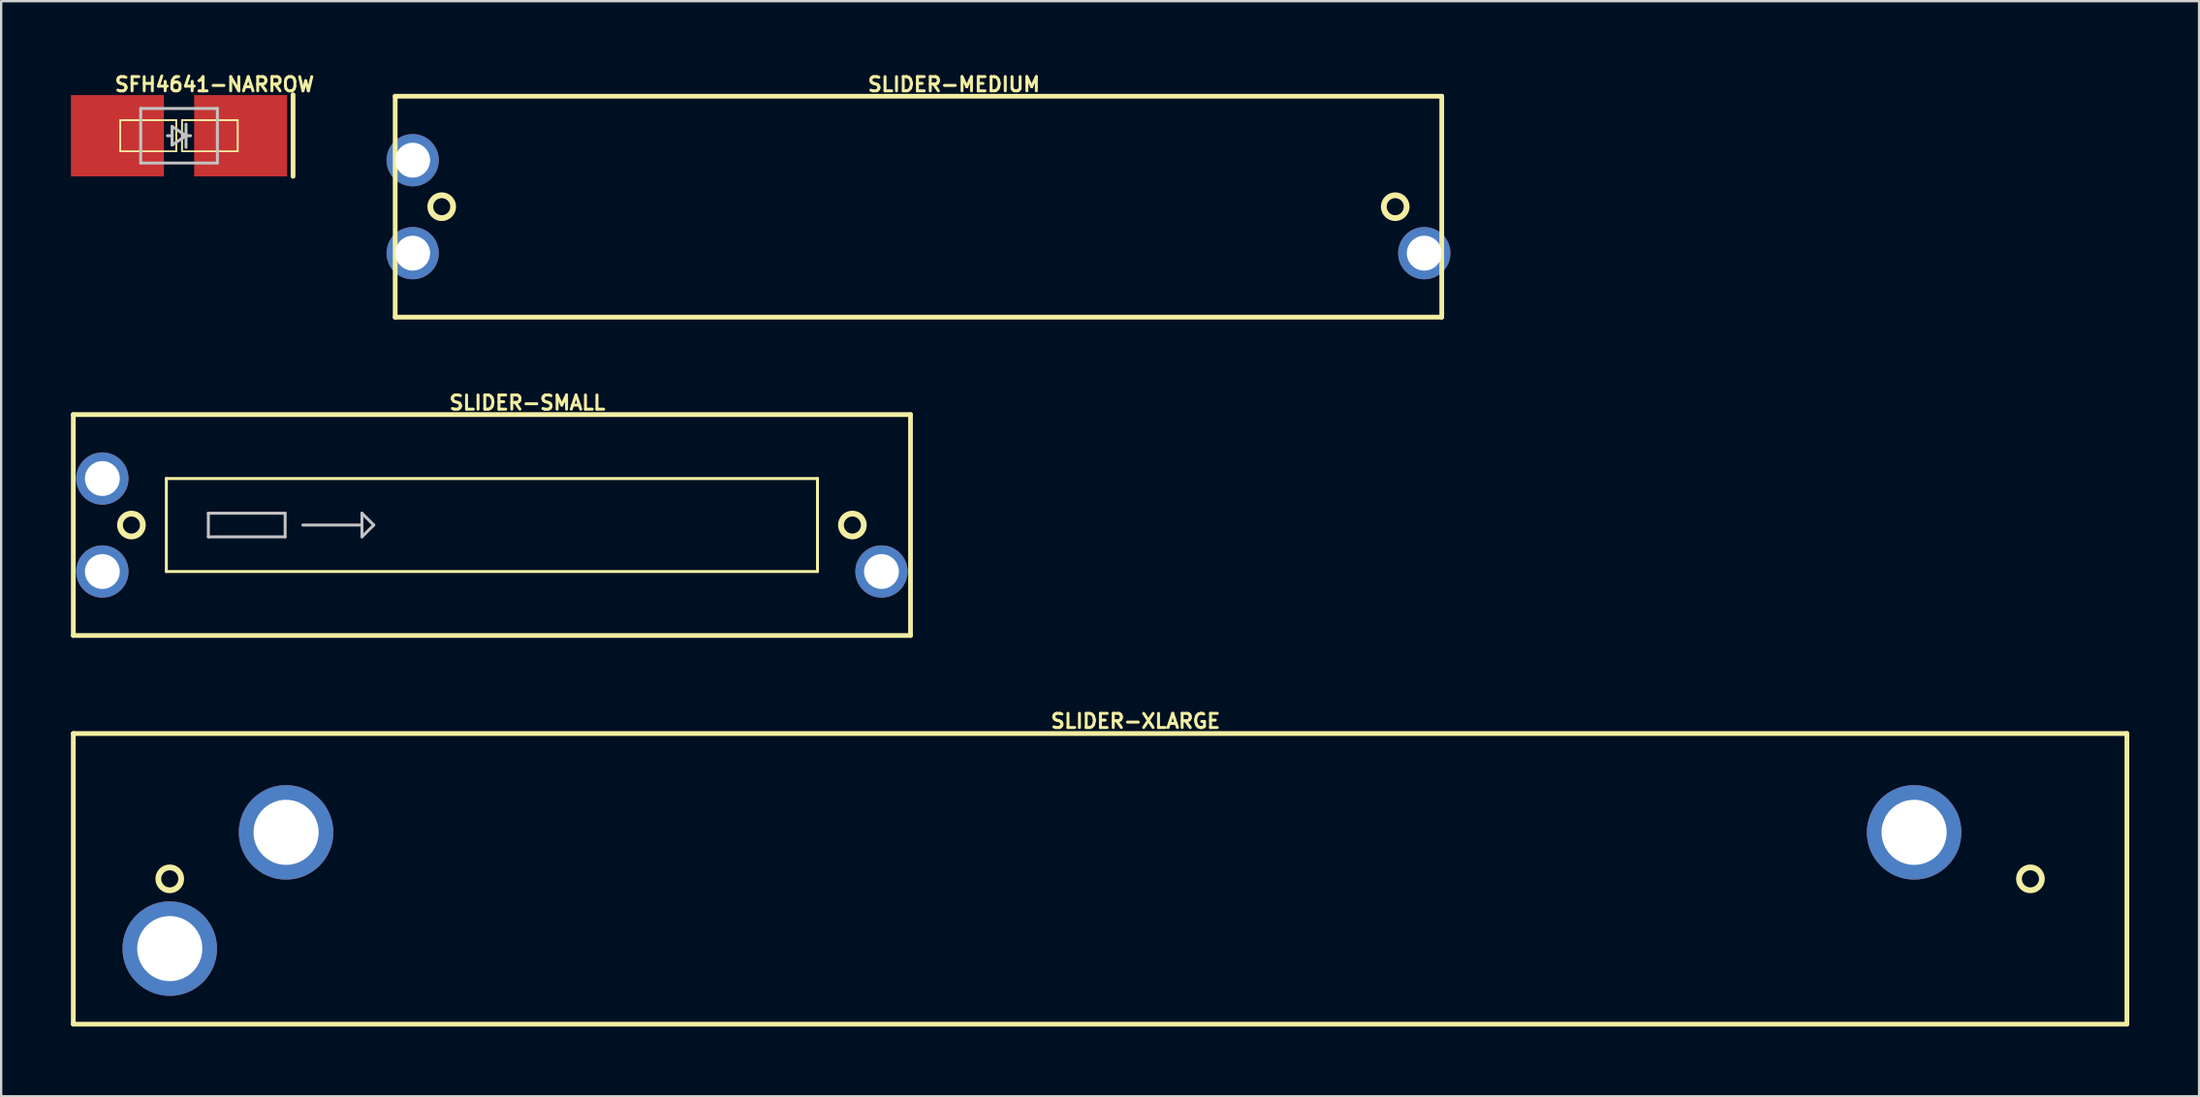
<source format=kicad_pcb>
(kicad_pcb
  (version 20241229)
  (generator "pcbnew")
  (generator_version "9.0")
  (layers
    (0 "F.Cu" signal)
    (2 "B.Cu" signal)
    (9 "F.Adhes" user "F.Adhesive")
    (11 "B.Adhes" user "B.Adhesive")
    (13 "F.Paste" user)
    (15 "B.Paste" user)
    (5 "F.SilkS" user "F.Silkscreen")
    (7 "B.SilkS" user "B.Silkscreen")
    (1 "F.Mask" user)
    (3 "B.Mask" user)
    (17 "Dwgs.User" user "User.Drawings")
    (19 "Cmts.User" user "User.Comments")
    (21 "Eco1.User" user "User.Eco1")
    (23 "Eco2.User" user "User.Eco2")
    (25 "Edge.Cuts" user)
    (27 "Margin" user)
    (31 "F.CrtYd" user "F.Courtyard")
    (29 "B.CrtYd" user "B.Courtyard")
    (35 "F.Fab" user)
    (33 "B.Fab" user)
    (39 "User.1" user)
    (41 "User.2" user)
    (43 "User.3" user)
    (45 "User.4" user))
  (footprint "SFH4641-NARROW"
    (layer "F.Cu")
    (at 4.648 2.787)
    (property "Reference" "SFH4641-NARROW" (at 1.524 -2.207 0) (layer "F.SilkS") (effects (font (size 0.61 0.61) (thickness 0.127))))
    (attr smd)
    (fp_line (start -2.525 -0.673) (end -0.124 -0.673) (stroke (width 0.066) (type solid)) (layer "F.SilkS"))
    (fp_line (start -2.525 -0.673) (end -0.124 -0.673) (stroke (width 0.066) (type solid)) (layer "F.SilkS"))
    (fp_line (start -2.525 0.673) (end -2.525 -0.673) (stroke (width 0.066) (type solid)) (layer "F.SilkS"))
    (fp_line (start -2.525 0.673) (end -2.525 -0.673) (stroke (width 0.066) (type solid)) (layer "F.SilkS"))
    (fp_line (start -2.525 0.673) (end -0.124 0.673) (stroke (width 0.066) (type solid)) (layer "F.SilkS"))
    (fp_line (start -2.525 0.673) (end -0.124 0.673) (stroke (width 0.066) (type solid)) (layer "F.SilkS"))
    (fp_line (start -0.124 0.673) (end -0.124 -0.673) (stroke (width 0.066) (type solid)) (layer "F.SilkS"))
    (fp_line (start -0.124 0.673) (end -0.124 -0.673) (stroke (width 0.066) (type solid)) (layer "F.SilkS"))
    (fp_line (start 0.124 -0.673) (end 2.525 -0.673) (stroke (width 0.066) (type solid)) (layer "F.SilkS"))
    (fp_line (start 0.124 -0.673) (end 2.525 -0.673) (stroke (width 0.066) (type solid)) (layer "F.SilkS"))
    (fp_line (start 0.124 0.673) (end 0.124 -0.673) (stroke (width 0.066) (type solid)) (layer "F.SilkS"))
    (fp_line (start 0.124 0.673) (end 0.124 -0.673) (stroke (width 0.066) (type solid)) (layer "F.SilkS"))
    (fp_line (start 0.124 0.673) (end 2.525 0.673) (stroke (width 0.066) (type solid)) (layer "F.SilkS"))
    (fp_line (start 0.124 0.673) (end 2.525 0.673) (stroke (width 0.066) (type solid)) (layer "F.SilkS"))
    (fp_line (start 2.525 0.673) (end 2.525 -0.673) (stroke (width 0.066) (type solid)) (layer "F.SilkS"))
    (fp_line (start 2.525 0.673) (end 2.525 -0.673) (stroke (width 0.066) (type solid)) (layer "F.SilkS"))
    (fp_line (start 4.902 -1.768) (end 4.902 1.745) (stroke (width 0.203) (type solid)) (layer "F.SilkS"))
    (fp_line (start -1.648 -1.173) (end -1.648 1.173) (stroke (width 0.127) (type solid)) (layer "Dwgs.User"))
    (fp_line (start -1.648 1.173) (end 1.648 1.173) (stroke (width 0.127) (type solid)) (layer "Dwgs.User"))
    (fp_line (start -0.3 -0.399) (end -0.3 0) (stroke (width 0.127) (type solid)) (layer "Dwgs.User"))
    (fp_line (start -0.3 0) (end -0.498 0) (stroke (width 0.127) (type solid)) (layer "Dwgs.User"))
    (fp_line (start -0.3 0) (end -0.3 0.399) (stroke (width 0.127) (type solid)) (layer "Dwgs.User"))
    (fp_line (start -0.3 0.399) (end 0.3 0) (stroke (width 0.127) (type solid)) (layer "Dwgs.User"))
    (fp_line (start 0.3 -0.498) (end 0.3 0) (stroke (width 0.127) (type solid)) (layer "Dwgs.User"))
    (fp_line (start 0.3 0) (end -0.3 -0.399) (stroke (width 0.127) (type solid)) (layer "Dwgs.User"))
    (fp_line (start 0.3 0) (end 0.3 0.498) (stroke (width 0.127) (type solid)) (layer "Dwgs.User"))
    (fp_line (start 0.498 0) (end 0.3 0) (stroke (width 0.127) (type solid)) (layer "Dwgs.User"))
    (fp_line (start 1.648 -1.173) (end -1.648 -1.173) (stroke (width 0.127) (type solid)) (layer "Dwgs.User"))
    (fp_line (start 1.648 1.173) (end 1.648 -1.173) (stroke (width 0.127) (type solid)) (layer "Dwgs.User"))
    (pad "A" smd rect (at -2.649 0 90) (size 3.498 3.998) (layers "F.Cu" "F.Mask" "F.Paste"))
    (pad "C" smd rect (at 2.649 0 270) (size 3.498 3.998) (layers "F.Cu" "F.Mask" "F.Paste")))
  (footprint "SLIDER-XLARGE"
    (layer "F.Cu")
    (at 44.249 34.739)
    (property "Reference" "SLIDER-XLARGE" (at 1.524 -6.782 0) (layer "F.SilkS") (effects (font (size 0.61 0.61) (thickness 0.127))))
    (attr exclude_from_pos_files exclude_from_bom)
    (fp_line (start -44.148 -6.248) (end -44.148 6.248) (stroke (width 0.203) (type solid)) (layer "F.SilkS"))
    (fp_line (start -44.148 6.248) (end 44.148 6.248) (stroke (width 0.203) (type solid)) (layer "F.SilkS"))
    (fp_line (start 44.148 -6.248) (end -44.148 -6.248) (stroke (width 0.203) (type solid)) (layer "F.SilkS"))
    (fp_line (start 44.148 6.248) (end 44.148 -6.248) (stroke (width 0.203) (type solid)) (layer "F.SilkS"))
    (fp_circle (center -40 0) (end -40.348 0.348) (stroke (width 0.249) (type solid)) (fill no) (layer "F.SilkS"))
    (fp_circle (center 40 0) (end 40.348 0.348) (stroke (width 0.249) (type solid)) (fill no) (layer "F.SilkS"))
    (pad "1" thru_hole circle (at -34.999 -1.999) (size 4.064 4.064) (drill 2.799) (layers "*.Cu" "*.Paste" "*.Mask"))
    (pad "2A" thru_hole circle (at -40 3) (size 4.064 4.064) (drill 2.799) (layers "*.Cu" "*.Paste" "*.Mask"))
    (pad "3" thru_hole circle (at 34.999 -1.999) (size 4.064 4.064) (drill 2.799) (layers "*.Cu" "*.Paste" "*.Mask")))
  (footprint "SLIDER-SMALL"
    (layer "F.Cu")
    (at 18.1 19.526)
    (property "Reference" "SLIDER-SMALL" (at 1.524 -5.258 0) (layer "F.SilkS") (effects (font (size 0.61 0.61) (thickness 0.127))))
    (attr exclude_from_pos_files exclude_from_bom)
    (fp_line (start -17.998 -4.75) (end -17.998 4.75) (stroke (width 0.203) (type solid)) (layer "F.SilkS"))
    (fp_line (start -17.998 4.75) (end 17.998 4.75) (stroke (width 0.203) (type solid)) (layer "F.SilkS"))
    (fp_line (start -13.998 -1.999) (end -13.998 1.999) (stroke (width 0.127) (type solid)) (layer "F.SilkS"))
    (fp_line (start -13.998 1.999) (end 13.998 1.999) (stroke (width 0.127) (type solid)) (layer "F.SilkS"))
    (fp_line (start 13.998 -1.999) (end -13.998 -1.999) (stroke (width 0.127) (type solid)) (layer "F.SilkS"))
    (fp_line (start 13.998 1.999) (end 13.998 -1.999) (stroke (width 0.127) (type solid)) (layer "F.SilkS"))
    (fp_line (start 17.998 -4.75) (end -17.998 -4.75) (stroke (width 0.203) (type solid)) (layer "F.SilkS"))
    (fp_line (start 17.998 4.75) (end 17.998 -4.75) (stroke (width 0.203) (type solid)) (layer "F.SilkS"))
    (fp_circle (center -15.499 0) (end -15.847 0.348) (stroke (width 0.249) (type solid)) (fill no) (layer "F.SilkS"))
    (fp_circle (center 15.499 0) (end 15.847 0.348) (stroke (width 0.249) (type solid)) (fill no) (layer "F.SilkS"))
    (fp_line (start -12.192 -0.508) (end -8.89 -0.508) (stroke (width 0.127) (type solid)) (layer "Dwgs.User"))
    (fp_line (start -12.192 0.508) (end -12.192 -0.508) (stroke (width 0.127) (type solid)) (layer "Dwgs.User"))
    (fp_line (start -8.89 -0.508) (end -8.89 0.508) (stroke (width 0.127) (type solid)) (layer "Dwgs.User"))
    (fp_line (start -8.89 0.508) (end -12.192 0.508) (stroke (width 0.127) (type solid)) (layer "Dwgs.User"))
    (fp_line (start -8.128 0) (end -5.588 0) (stroke (width 0.127) (type solid)) (layer "Dwgs.User"))
    (fp_line (start -5.588 -0.508) (end -5.588 0) (stroke (width 0.127) (type solid)) (layer "Dwgs.User"))
    (fp_line (start -5.588 0) (end -5.588 0.508) (stroke (width 0.127) (type solid)) (layer "Dwgs.User"))
    (fp_line (start -5.588 0.508) (end -5.08 0) (stroke (width 0.127) (type solid)) (layer "Dwgs.User"))
    (fp_line (start -5.08 0) (end -5.588 -0.508) (stroke (width 0.127) (type solid)) (layer "Dwgs.User"))
    (pad "BOTT" thru_hole circle (at 16.749 1.999) (size 2.248 2.248) (drill 1.499) (layers "*.Cu" "*.Paste" "*.Mask"))
    (pad "TOP" thru_hole circle (at -16.749 1.999) (size 2.248 2.248) (drill 1.499) (layers "*.Cu" "*.Paste" "*.Mask"))
    (pad "WIPE" thru_hole circle (at -16.749 -1.999) (size 2.248 2.248) (drill 1.499) (layers "*.Cu" "*.Paste" "*.Mask")))
  (footprint "SLIDER-MEDIUM"
    (layer "F.Cu")
    (at 36.44 5.837)
    (property "Reference" "SLIDER-MEDIUM" (at 1.524 -5.258 0) (layer "F.SilkS") (effects (font (size 0.61 0.61) (thickness 0.127))))
    (attr exclude_from_pos_files exclude_from_bom)
    (fp_line (start -22.499 -4.75) (end -22.499 4.75) (stroke (width 0.203) (type solid)) (layer "F.SilkS"))
    (fp_line (start -22.499 4.75) (end 22.499 4.75) (stroke (width 0.203) (type solid)) (layer "F.SilkS"))
    (fp_line (start 22.499 -4.75) (end -22.499 -4.75) (stroke (width 0.203) (type solid)) (layer "F.SilkS"))
    (fp_line (start 22.499 4.75) (end 22.499 -4.75) (stroke (width 0.203) (type solid)) (layer "F.SilkS"))
    (fp_circle (center -20.498 0) (end -20.846 0.348) (stroke (width 0.249) (type solid)) (fill no) (layer "F.SilkS"))
    (fp_circle (center 20.498 0) (end 20.846 0.348) (stroke (width 0.249) (type solid)) (fill no) (layer "F.SilkS"))
    (pad "BOTT" thru_hole circle (at 21.747 1.999) (size 2.248 2.248) (drill 1.499) (layers "*.Cu" "*.Paste" "*.Mask"))
    (pad "TOP" thru_hole circle (at -21.747 1.999) (size 2.248 2.248) (drill 1.499) (layers "*.Cu" "*.Paste" "*.Mask"))
    (pad "WIPE" thru_hole circle (at -21.747 -1.999) (size 2.248 2.248) (drill 1.499) (layers "*.Cu" "*.Paste" "*.Mask")))
  (gr_rect
    (start -3 -3)
    (end 91.499 44.089)
    (stroke (width 0.1) (type default))
    (fill no)
    (layer "Edge.Cuts")))
</source>
